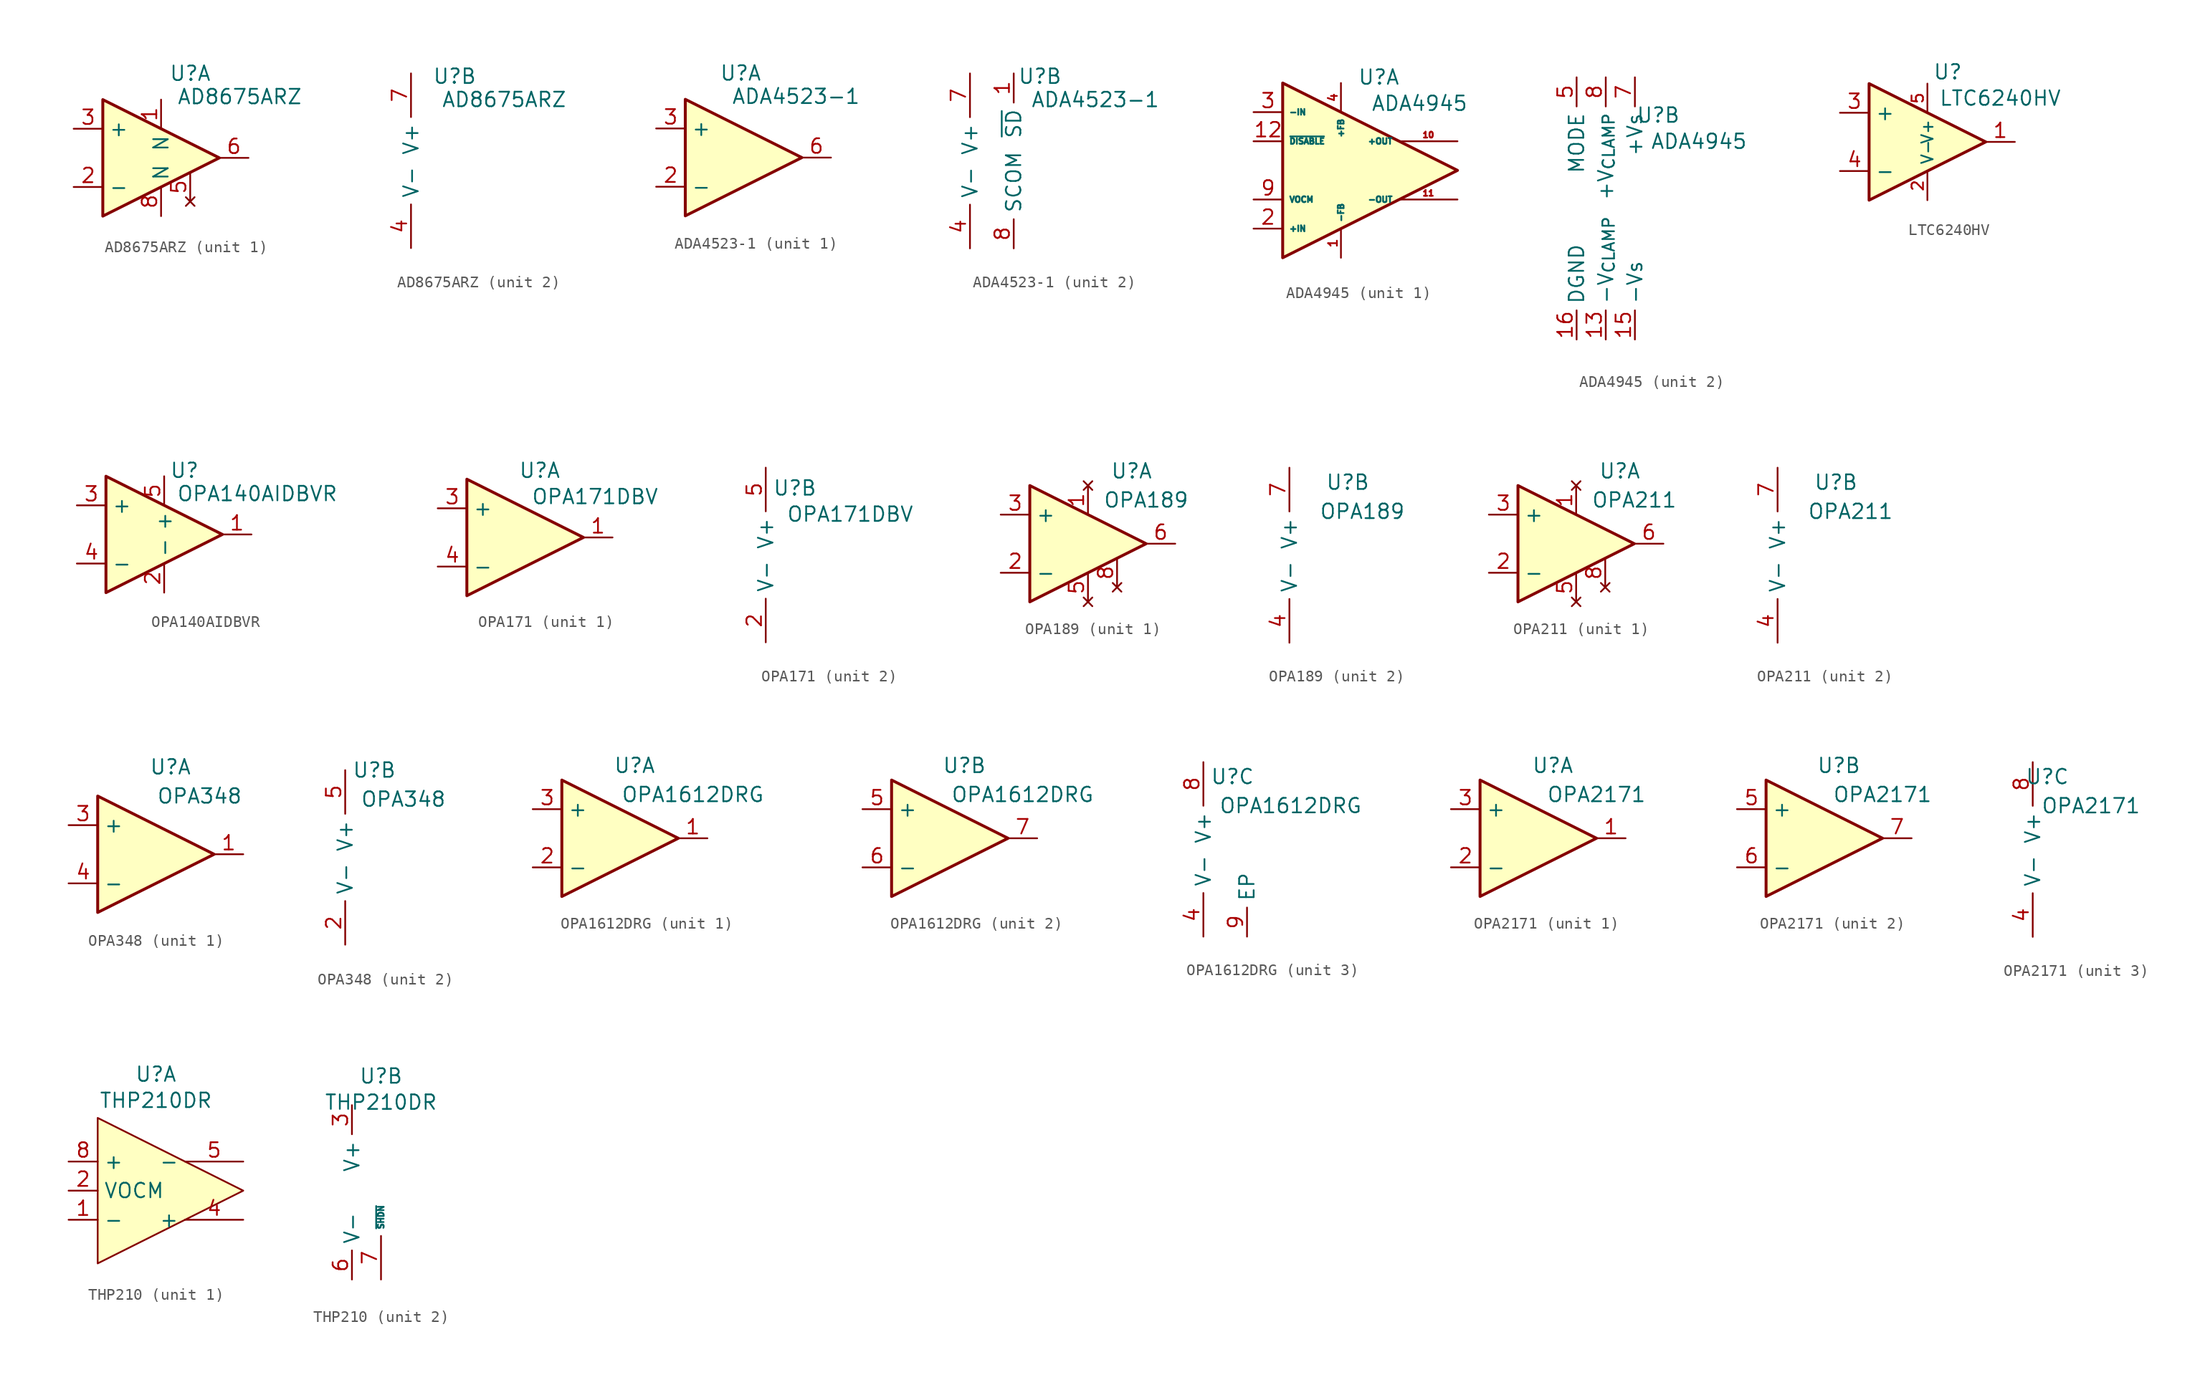
<source format=kicad_sym>
(kicad_symbol_lib
  (version 20241209)
  (generator "kicad_symbol_editor")
  (generator_version "9.0")
  (symbol "AD8675ARZ"
    (property "Reference" "U"
      (at 3.81 7.366 0)
      (effects (font (size 1.27 1.27))))
    (property "Value" "AD8675ARZ"
      (at 8.128 5.334 0)
      (effects (font (size 1.27 1.27))))
    (property "ki_locked" ""
      (at 0 0 0)
      (effects (font (size 1.27 1.27))))
    (symbol "AD8675ARZ_1_1"
      (polyline (pts (xy -3.81 5.08) (xy -3.81 -5.08) (xy 6.35 0) (xy -3.81 5.08)) (stroke (width 0.254) (type default)) (fill (type background)))
      (pin input line (at -6.35 2.54 0) (length 2.54) (name "+" (effects (font (size 1.27 1.27)))) (number "3" (effects (font (size 1.27 1.27)))))
      (pin input line (at -6.35 -2.54 0) (length 2.54) (name "-" (effects (font (size 1.27 1.27)))) (number "2" (effects (font (size 1.27 1.27)))))
      (pin bidirectional line (at 1.27 5.08 270) (length 2.54) (name "N" (effects (font (size 1.27 1.27)))) (number "1" (effects (font (size 1.27 1.27)))))
      (pin bidirectional line (at 1.27 -5.08 90) (length 2.54) (name "N" (effects (font (size 1.27 1.27)))) (number "8" (effects (font (size 1.27 1.27)))))
      (pin no_connect line (at 3.81 -3.81 90) (length 2.54) (name "" (effects (font (size 1.27 1.27)))) (number "5" (effects (font (size 1.27 1.27)))))
      (pin output line (at 8.89 0 180) (length 2.54) (name "~" (effects (font (size 1.27 1.27)))) (number "6" (effects (font (size 1.27 1.27))))))
    (symbol "AD8675ARZ_2_1"
      (pin power_in line (at 0 7.62 270) (length 3.81) (name "V+" (effects (font (size 1.27 1.27)))) (number "7" (effects (font (size 1.27 1.27)))))
      (pin power_in line (at 0 -7.62 90) (length 3.81) (name "V-" (effects (font (size 1.27 1.27)))) (number "4" (effects (font (size 1.27 1.27)))))))
  (symbol "ADA4523-1"
    (property "Reference" "U"
      (at 2.286 7.366 0)
      (effects (font (size 1.27 1.27))))
    (property "Value" "ADA4523-1"
      (at 7.112 5.334 0)
      (effects (font (size 1.27 1.27))))
    (property "ki_locked" ""
      (at 0 0 0)
      (effects (font (size 1.27 1.27))))
    (symbol "ADA4523-1_1_1"
      (polyline (pts (xy -2.54 5.08) (xy -2.54 -5.08) (xy 7.62 0) (xy -2.54 5.08)) (stroke (width 0.254) (type default)) (fill (type background)))
      (pin input line (at -5.08 2.54 0) (length 2.54) (name "+" (effects (font (size 1.27 1.27)))) (number "3" (effects (font (size 1.27 1.27)))))
      (pin input line (at -5.08 -2.54 0) (length 2.54) (name "-" (effects (font (size 1.27 1.27)))) (number "2" (effects (font (size 1.27 1.27)))))
      (pin no_connect line (at 5.08 -3.81 90) (length 2.54) (hide yes) (name "" (effects (font (size 1.27 1.27)))) (number "5" (effects (font (size 1.27 1.27)))))
      (pin output line (at 10.16 0 180) (length 2.54) (name "~" (effects (font (size 1.27 1.27)))) (number "6" (effects (font (size 1.27 1.27))))))
    (symbol "ADA4523-1_2_1"
      (pin power_in line (at -3.81 7.62 270) (length 3.81) (name "V+" (effects (font (size 1.27 1.27)))) (number "7" (effects (font (size 1.27 1.27)))))
      (pin power_in line (at -3.81 -7.62 90) (length 3.81) (name "V-" (effects (font (size 1.27 1.27)))) (number "4" (effects (font (size 1.27 1.27)))))
      (pin bidirectional line (at 0 7.62 270) (length 2.54) (name "~{SD}" (effects (font (size 1.27 1.27)))) (number "1" (effects (font (size 1.27 1.27)))))
      (pin bidirectional line (at 0 -7.62 90) (length 2.54) (name "SCOM" (effects (font (size 1.27 1.27)))) (number "8" (effects (font (size 1.27 1.27)))))))
  (symbol "ADA4945"
    (property "Reference" "U"
      (at 3.302 8.128 0)
      (effects (font (size 1.27 1.27))))
    (property "Value" "ADA4945"
      (at 6.858 5.842 0)
      (effects (font (size 1.27 1.27))))
    (property "ki_locked" ""
      (at 0 0 0)
      (effects (font (size 1.27 1.27))))
    (symbol "ADA4945_1_1"
      (polyline (pts (xy -5.08 7.62) (xy -5.08 -7.62) (xy 10.16 0) (xy -5.08 7.62)) (stroke (width 0.254) (type default)) (fill (type background)))
      (pin input line (at -7.62 5.08 0) (length 2.54) (name "-IN" (effects (font (size 0.508 0.508)))) (number "3" (effects (font (size 1.27 1.27)))))
      (pin input line (at -7.62 2.54 0) (length 2.54) (name "~{DISABLE}" (effects (font (size 0.508 0.508)))) (number "12" (effects (font (size 1.27 1.27)))))
      (pin input line (at -7.62 -2.54 0) (length 2.54) (name "VOCM" (effects (font (size 0.508 0.508)))) (number "9" (effects (font (size 1.27 1.27)))))
      (pin input line (at -7.62 -5.08 0) (length 2.54) (name "+IN" (effects (font (size 0.508 0.508)))) (number "2" (effects (font (size 1.27 1.27)))))
      (pin input line (at 0 7.62 270) (length 2.54) (name "+FB" (effects (font (size 0.508 0.508)))) (number "4" (effects (font (size 0.762 0.762)))))
      (pin input line (at 0 -7.62 90) (length 2.54) (name "-FB" (effects (font (size 0.508 0.508)))) (number "1" (effects (font (size 0.762 0.762)))))
      (pin output line (at 10.16 2.54 180) (length 5.08) (name "+OUT" (effects (font (size 0.508 0.508)))) (number "10" (effects (font (size 0.508 0.508)))))
      (pin output line (at 10.16 -2.54 180) (length 5.08) (name "-OUT" (effects (font (size 0.508 0.508)))) (number "11" (effects (font (size 0.508 0.508))))))
    (symbol "ADA4945_2_1"
      (pin bidirectional line (at -3.81 11.43 270) (length 2.54) (name "MODE" (effects (font (size 1.27 1.27)))) (number "5" (effects (font (size 1.27 1.27)))))
      (pin bidirectional line (at -3.81 -11.43 90) (length 2.54) (name "DGND" (effects (font (size 1.27 1.27)))) (number "16" (effects (font (size 1.27 1.27)))))
      (pin bidirectional line (at -1.27 11.43 270) (length 2.54) (name "+V_{CLAMP}" (effects (font (size 1.27 1.27)))) (number "8" (effects (font (size 1.27 1.27)))))
      (pin bidirectional line (at -1.27 -11.43 90) (length 2.54) (name "-V_{CLAMP}" (effects (font (size 1.27 1.27)))) (number "13" (effects (font (size 1.27 1.27)))))
      (pin bidirectional line (at 1.27 11.43 270) (length 2.54) (hide yes) (name "+Vs" (effects (font (size 1.27 1.27)))) (number "6" (effects (font (size 1.27 1.27)))))
      (pin bidirectional line (at 1.27 11.43 270) (length 2.54) (name "+Vs" (effects (font (size 1.27 1.27)))) (number "7" (effects (font (size 1.27 1.27)))))
      (pin bidirectional line (at 1.27 -11.43 90) (length 2.54) (hide yes) (name "-Vs" (effects (font (size 1.27 1.27)))) (number "14" (effects (font (size 1.27 1.27)))))
      (pin bidirectional line (at 1.27 -11.43 90) (length 2.54) (name "-Vs" (effects (font (size 1.27 1.27)))) (number "15" (effects (font (size 1.27 1.27)))))
      (pin bidirectional line (at 1.27 -11.43 90) (length 2.54) (hide yes) (name "EP" (effects (font (size 1.27 1.27)))) (number "17" (effects (font (size 1.27 1.27)))))))
  (symbol "LTC6240HV"
    (property "Reference" "U"
      (at 3.048 6.096 0)
      (effects (font (size 1.27 1.27))))
    (property "Value" "LTC6240HV"
      (at 7.62 3.81 0)
      (effects (font (size 1.27 1.27))))
    (symbol "LTC6240HV_1_1"
      (polyline (pts (xy -3.81 5.08) (xy -3.81 -5.08) (xy 6.35 0) (xy -3.81 5.08)) (stroke (width 0.254) (type default)) (fill (type background)))
      (pin input line (at -6.35 2.54 0) (length 2.54) (name "+" (effects (font (size 1.27 1.27)))) (number "3" (effects (font (size 1.27 1.27)))))
      (pin input line (at -6.35 -2.54 0) (length 2.54) (name "-" (effects (font (size 1.27 1.27)))) (number "4" (effects (font (size 1.27 1.27)))))
      (pin bidirectional line (at 1.27 5.08 270) (length 2.54) (name "V+" (effects (font (size 1 1)))) (number "5" (effects (font (size 1 1)))))
      (pin bidirectional line (at 1.27 -5.08 90) (length 2.54) (name "V-" (effects (font (size 1 1)))) (number "2" (effects (font (size 1 1)))))
      (pin output line (at 8.89 0 180) (length 2.54) (name "~" (effects (font (size 1.27 1.27)))) (number "1" (effects (font (size 1.27 1.27)))))))
  (symbol "OPA140AIDBVR"
    (property "Reference" "U"
      (at 1.778 5.588 0)
      (effects (font (size 1.27 1.27))))
    (property "Value" "OPA140AIDBVR"
      (at 8.128 3.556 0)
      (effects (font (size 1.27 1.27))))
    (symbol "OPA140AIDBVR_1_1"
      (polyline (pts (xy -5.08 5.08) (xy -5.08 -5.08) (xy 5.08 0) (xy -5.08 5.08)) (stroke (width 0.254) (type default)) (fill (type background)))
      (pin input line (at -7.62 2.54 0) (length 2.54) (name "+" (effects (font (size 1.27 1.27)))) (number "3" (effects (font (size 1.27 1.27)))))
      (pin input line (at -7.62 -2.54 0) (length 2.54) (name "-" (effects (font (size 1.27 1.27)))) (number "4" (effects (font (size 1.27 1.27)))))
      (pin bidirectional line (at 0 5.08 270) (length 2.54) (name "+" (effects (font (size 1.27 1.27)))) (number "5" (effects (font (size 1.27 1.27)))))
      (pin bidirectional line (at 0 -5.08 90) (length 2.54) (name "-" (effects (font (size 1.27 1.27)))) (number "2" (effects (font (size 1.27 1.27)))))
      (pin output line (at 7.62 0 180) (length 2.54) (name "~" (effects (font (size 1.27 1.27)))) (number "1" (effects (font (size 1.27 1.27)))))))
  (symbol "OPA171"
    (property "Reference" "U"
      (at 2.54 5.842 0)
      (effects (font (size 1.27 1.27))))
    (property "Value" "OPA171DBV"
      (at 7.366 3.556 0)
      (effects (font (size 1.27 1.27))))
    (property "ki_locked" ""
      (at 0 0 0)
      (effects (font (size 1.27 1.27))))
    (symbol "OPA171_1_1"
      (polyline (pts (xy -3.81 5.08) (xy -3.81 -5.08) (xy 6.35 0) (xy -3.81 5.08)) (stroke (width 0.254) (type default)) (fill (type background)))
      (pin input line (at -6.35 2.54 0) (length 2.54) (name "+" (effects (font (size 1.27 1.27)))) (number "3" (effects (font (size 1.27 1.27)))))
      (pin input line (at -6.35 -2.54 0) (length 2.54) (name "-" (effects (font (size 1.27 1.27)))) (number "4" (effects (font (size 1.27 1.27)))))
      (pin output line (at 8.89 0 180) (length 2.54) (name "" (effects (font (size 1.27 1.27)))) (number "1" (effects (font (size 1.27 1.27))))))
    (symbol "OPA171_2_1"
      (pin power_in line (at 0 7.62 270) (length 3.81) (name "V+" (effects (font (size 1.27 1.27)))) (number "5" (effects (font (size 1.27 1.27)))))
      (pin power_in line (at 0 -7.62 90) (length 3.81) (name "V-" (effects (font (size 1.27 1.27)))) (number "2" (effects (font (size 1.27 1.27)))))))
  (symbol "OPA189"
    (property "Reference" "U"
      (at 5.08 6.35 0)
      (effects (font (size 1.27 1.27))))
    (property "Value" "OPA189"
      (at 6.35 3.81 0)
      (effects (font (size 1.27 1.27))))
    (property "ki_locked" ""
      (at 0 0 0)
      (effects (font (size 1.27 1.27))))
    (symbol "OPA189_1_1"
      (polyline (pts (xy -3.81 5.08) (xy -3.81 -5.08) (xy 6.35 0) (xy -3.81 5.08)) (stroke (width 0.254) (type default)) (fill (type background)))
      (pin input line (at -6.35 2.54 0) (length 2.54) (name "+" (effects (font (size 1.27 1.27)))) (number "3" (effects (font (size 1.27 1.27)))))
      (pin input line (at -6.35 -2.54 0) (length 2.54) (name "-" (effects (font (size 1.27 1.27)))) (number "2" (effects (font (size 1.27 1.27)))))
      (pin no_connect line (at 1.27 5.08 270) (length 2.54) (name "" (effects (font (size 1.27 1.27)))) (number "1" (effects (font (size 1.27 1.27)))))
      (pin no_connect line (at 1.27 -5.08 90) (length 2.54) (name "" (effects (font (size 1.27 1.27)))) (number "5" (effects (font (size 1.27 1.27)))))
      (pin no_connect line (at 3.81 -3.81 90) (length 2.54) (name "" (effects (font (size 1.27 1.27)))) (number "8" (effects (font (size 1.27 1.27)))))
      (pin output line (at 8.89 0 180) (length 2.54) (name "~" (effects (font (size 1.27 1.27)))) (number "6" (effects (font (size 1.27 1.27))))))
    (symbol "OPA189_2_1"
      (pin power_in line (at 0 7.62 270) (length 3.81) (name "V+" (effects (font (size 1.27 1.27)))) (number "7" (effects (font (size 1.27 1.27)))))
      (pin power_in line (at 0 -7.62 90) (length 3.81) (name "V-" (effects (font (size 1.27 1.27)))) (number "4" (effects (font (size 1.27 1.27)))))))
  (symbol "OPA211"
    (property "Reference" "U"
      (at 5.08 6.35 0)
      (effects (font (size 1.27 1.27))))
    (property "Value" "OPA211"
      (at 6.35 3.81 0)
      (effects (font (size 1.27 1.27))))
    (property "ki_locked" ""
      (at 0 0 0)
      (effects (font (size 1.27 1.27))))
    (symbol "OPA211_1_1"
      (polyline (pts (xy -3.81 5.08) (xy -3.81 -5.08) (xy 6.35 0) (xy -3.81 5.08)) (stroke (width 0.254) (type default)) (fill (type background)))
      (pin input line (at -6.35 2.54 0) (length 2.54) (name "+" (effects (font (size 1.27 1.27)))) (number "3" (effects (font (size 1.27 1.27)))))
      (pin input line (at -6.35 -2.54 0) (length 2.54) (name "-" (effects (font (size 1.27 1.27)))) (number "2" (effects (font (size 1.27 1.27)))))
      (pin no_connect line (at 1.27 5.08 270) (length 2.54) (name "" (effects (font (size 1.27 1.27)))) (number "1" (effects (font (size 1.27 1.27)))))
      (pin no_connect line (at 1.27 -5.08 90) (length 2.54) (name "" (effects (font (size 1.27 1.27)))) (number "5" (effects (font (size 1.27 1.27)))))
      (pin no_connect line (at 3.81 -3.81 90) (length 2.54) (name "" (effects (font (size 1.27 1.27)))) (number "8" (effects (font (size 1.27 1.27)))))
      (pin output line (at 8.89 0 180) (length 2.54) (name "~" (effects (font (size 1.27 1.27)))) (number "6" (effects (font (size 1.27 1.27))))))
    (symbol "OPA211_2_1"
      (pin power_in line (at 0 7.62 270) (length 3.81) (name "V+" (effects (font (size 1.27 1.27)))) (number "7" (effects (font (size 1.27 1.27)))))
      (pin power_in line (at 0 -7.62 90) (length 3.81) (name "V-" (effects (font (size 1.27 1.27)))) (number "4" (effects (font (size 1.27 1.27)))))))
  (symbol "OPA348"
    (property "Reference" "U"
      (at 2.54 7.62 0)
      (effects (font (size 1.27 1.27))))
    (property "Value" "OPA348"
      (at 5.08 5.08 0)
      (effects (font (size 1.27 1.27))))
    (property "ki_locked" ""
      (at 0 0 0)
      (effects (font (size 1.27 1.27))))
    (symbol "OPA348_1_1"
      (polyline (pts (xy -3.81 5.08) (xy -3.81 -5.08) (xy 6.35 0) (xy -3.81 5.08)) (stroke (width 0.254) (type default)) (fill (type background)))
      (pin input line (at -6.35 2.54 0) (length 2.54) (name "+" (effects (font (size 1.27 1.27)))) (number "3" (effects (font (size 1.27 1.27)))))
      (pin input line (at -6.35 -2.54 0) (length 2.54) (name "-" (effects (font (size 1.27 1.27)))) (number "4" (effects (font (size 1.27 1.27)))))
      (pin output line (at 8.89 0 180) (length 2.54) (name "~" (effects (font (size 1.27 1.27)))) (number "1" (effects (font (size 1.27 1.27))))))
    (symbol "OPA348_2_1"
      (pin power_in line (at 0 7.62 270) (length 3.81) (name "V+" (effects (font (size 1.27 1.27)))) (number "5" (effects (font (size 1.27 1.27)))))
      (pin power_in line (at 0 -7.62 90) (length 3.81) (name "V-" (effects (font (size 1.27 1.27)))) (number "2" (effects (font (size 1.27 1.27)))))))
  (symbol "OPA1612DRG"
    (property "Reference" "U"
      (at 2.54 6.35 0)
      (effects (font (size 1.27 1.27))))
    (property "Value" "OPA1612DRG"
      (at 7.62 3.81 0)
      (effects (font (size 1.27 1.27))))
    (property "ki_locked" ""
      (at 0 0 0)
      (effects (font (size 1.27 1.27))))
    (symbol "OPA1612DRG_1_1"
      (polyline (pts (xy -3.81 5.08) (xy -3.81 -5.08) (xy 6.35 0) (xy -3.81 5.08)) (stroke (width 0.254) (type default)) (fill (type background)))
      (pin input line (at -6.35 2.54 0) (length 2.54) (name "+" (effects (font (size 1.27 1.27)))) (number "3" (effects (font (size 1.27 1.27)))))
      (pin input line (at -6.35 -2.54 0) (length 2.54) (name "-" (effects (font (size 1.27 1.27)))) (number "2" (effects (font (size 1.27 1.27)))))
      (pin output line (at 8.89 0 180) (length 2.54) (name "~" (effects (font (size 1.27 1.27)))) (number "1" (effects (font (size 1.27 1.27))))))
    (symbol "OPA1612DRG_2_1"
      (polyline (pts (xy -3.81 5.08) (xy -3.81 -5.08) (xy 6.35 0) (xy -3.81 5.08)) (stroke (width 0.254) (type default)) (fill (type background)))
      (pin input line (at -6.35 2.54 0) (length 2.54) (name "+" (effects (font (size 1.27 1.27)))) (number "5" (effects (font (size 1.27 1.27)))))
      (pin input line (at -6.35 -2.54 0) (length 2.54) (name "-" (effects (font (size 1.27 1.27)))) (number "6" (effects (font (size 1.27 1.27)))))
      (pin output line (at 8.89 0 180) (length 2.54) (name "~" (effects (font (size 1.27 1.27)))) (number "7" (effects (font (size 1.27 1.27))))))
    (symbol "OPA1612DRG_3_1"
      (pin power_in line (at 0 7.62 270) (length 3.81) (name "V+" (effects (font (size 1.27 1.27)))) (number "8" (effects (font (size 1.27 1.27)))))
      (pin power_in line (at 0 -7.62 90) (length 3.81) (name "V-" (effects (font (size 1.27 1.27)))) (number "4" (effects (font (size 1.27 1.27)))))
      (pin bidirectional line (at 3.81 -7.62 90) (length 2.54) (name "EP" (effects (font (size 1.27 1.27)))) (number "9" (effects (font (size 1.27 1.27)))))))
  (symbol "OPA2171"
    (property "Reference" "U"
      (at 1.27 6.35 0)
      (effects (font (size 1.27 1.27))))
    (property "Value" "OPA2171"
      (at 5.08 3.81 0)
      (effects (font (size 1.27 1.27))))
    (property "ki_locked" ""
      (at 0 0 0)
      (effects (font (size 1.27 1.27))))
    (symbol "OPA2171_1_1"
      (polyline (pts (xy -5.08 5.08) (xy -5.08 -5.08) (xy 5.08 0) (xy -5.08 5.08)) (stroke (width 0.254) (type default)) (fill (type background)))
      (pin input line (at -7.62 2.54 0) (length 2.54) (name "+" (effects (font (size 1.27 1.27)))) (number "3" (effects (font (size 1.27 1.27)))))
      (pin input line (at -7.62 -2.54 0) (length 2.54) (name "-" (effects (font (size 1.27 1.27)))) (number "2" (effects (font (size 1.27 1.27)))))
      (pin output line (at 7.62 0 180) (length 2.54) (name "~" (effects (font (size 1.27 1.27)))) (number "1" (effects (font (size 1.27 1.27))))))
    (symbol "OPA2171_2_1"
      (polyline (pts (xy -5.08 5.08) (xy -5.08 -5.08) (xy 5.08 0) (xy -5.08 5.08)) (stroke (width 0.254) (type default)) (fill (type background)))
      (pin input line (at -7.62 2.54 0) (length 2.54) (name "+" (effects (font (size 1.27 1.27)))) (number "5" (effects (font (size 1.27 1.27)))))
      (pin input line (at -7.62 -2.54 0) (length 2.54) (name "-" (effects (font (size 1.27 1.27)))) (number "6" (effects (font (size 1.27 1.27)))))
      (pin output line (at 7.62 0 180) (length 2.54) (name "~" (effects (font (size 1.27 1.27)))) (number "7" (effects (font (size 1.27 1.27))))))
    (symbol "OPA2171_3_1"
      (pin power_in line (at 0 7.62 270) (length 3.81) (name "V+" (effects (font (size 1.27 1.27)))) (number "8" (effects (font (size 1.27 1.27)))))
      (pin power_in line (at 0 -7.62 90) (length 3.81) (name "V-" (effects (font (size 1.27 1.27)))) (number "4" (effects (font (size 1.27 1.27)))))))
  (symbol "THP210"
    (property "Reference" "U"
      (at 0 10.16 0)
      (effects (font (size 1.27 1.27))))
    (property "Value" "THP210DR"
      (at 0 7.874 0)
      (effects (font (size 1.27 1.27))))
    (property "ki_locked" ""
      (at 0 0 0)
      (effects (font (size 1.27 1.27))))
    (symbol "THP210_1_1"
      (polyline (pts (xy -5.08 6.35) (xy 7.62 0) (xy -5.08 -6.35) (xy -5.08 6.35)) (stroke (width 0) (type default)) (fill (type background)))
      (pin input line (at -7.62 2.54 0) (length 2.54) (name "+" (effects (font (size 1.27 1.27)))) (number "8" (effects (font (size 1.27 1.27)))))
      (pin input line (at -7.62 0 0) (length 2.54) (name "VOCM" (effects (font (size 1.27 1.27)))) (number "2" (effects (font (size 1.27 1.27)))))
      (pin input line (at -7.62 -2.54 0) (length 2.54) (name "-" (effects (font (size 1.27 1.27)))) (number "1" (effects (font (size 1.27 1.27)))))
      (pin output line (at 7.62 2.54 180) (length 5.08) (name "-" (effects (font (size 1.27 1.27)))) (number "5" (effects (font (size 1.27 1.27)))))
      (pin output line (at 7.62 -2.54 180) (length 5.08) (name "+" (effects (font (size 1.27 1.27)))) (number "4" (effects (font (size 1.27 1.27))))))
    (symbol "THP210_2_1"
      (pin power_in line (at -2.54 7.62 270) (length 2.54) (name "V+" (effects (font (size 1.27 1.27)))) (number "3" (effects (font (size 1.27 1.27)))))
      (pin power_in line (at -2.54 -7.62 90) (length 2.54) (name "V-" (effects (font (size 1.27 1.27)))) (number "6" (effects (font (size 1.27 1.27)))))
      (pin input line (at 0 -7.62 90) (length 3.81) (name "~{SHDN}" (effects (font (size 0.508 0.508)))) (number "7" (effects (font (size 1.27 1.27))))))))
</source>
